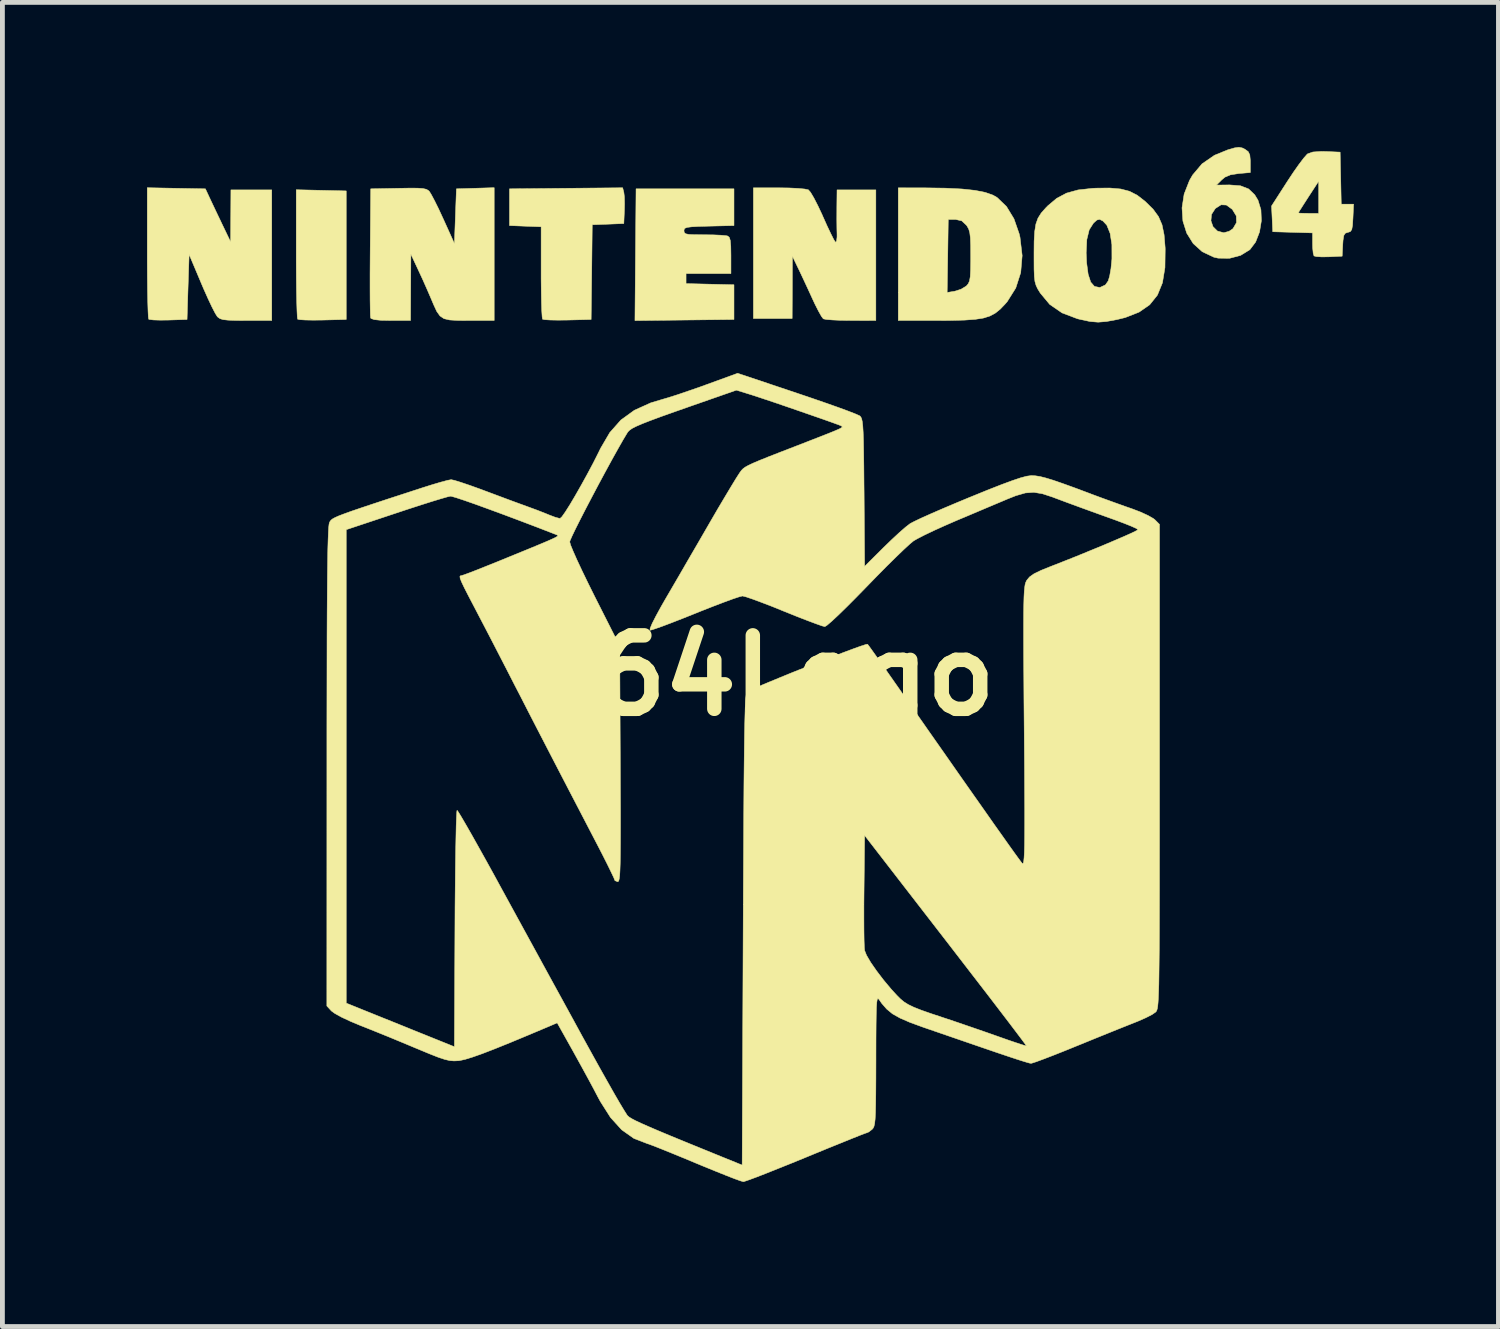
<source format=kicad_pcb>
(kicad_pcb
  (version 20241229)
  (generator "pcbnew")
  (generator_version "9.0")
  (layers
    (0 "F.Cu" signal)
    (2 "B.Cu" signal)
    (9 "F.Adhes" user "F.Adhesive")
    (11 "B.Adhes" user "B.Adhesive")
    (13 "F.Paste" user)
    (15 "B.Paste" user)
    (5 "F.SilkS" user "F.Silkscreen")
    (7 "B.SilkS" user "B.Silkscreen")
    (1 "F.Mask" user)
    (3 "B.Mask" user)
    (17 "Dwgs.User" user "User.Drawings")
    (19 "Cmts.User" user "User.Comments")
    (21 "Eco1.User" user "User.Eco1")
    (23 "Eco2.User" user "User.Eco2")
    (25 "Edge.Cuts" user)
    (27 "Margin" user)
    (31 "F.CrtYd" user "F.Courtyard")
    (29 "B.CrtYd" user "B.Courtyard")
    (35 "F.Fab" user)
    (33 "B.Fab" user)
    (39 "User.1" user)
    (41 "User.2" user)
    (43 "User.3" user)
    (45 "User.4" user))
  (footprint "n64Logo"
    (layer "F.Cu")
    (at 12.747 10.964)
    (property "Reference" "n64Logo" (at 0 0 0) (layer "F.SilkS") (effects (font (size 1.524 1.524) (thickness 0.3))))
    (attr through_hole)
    (fp_poly (pts (xy -9.133 -10.066) (xy -8.615 -10.054) (xy -8.615 -7.387) (xy -9.104 -7.375) (xy -9.3 -7.373) (xy -9.463 -7.376) (xy -9.577 -7.383) (xy -9.623 -7.393) (xy -9.63 -7.441) (xy -9.636 -7.563) (xy -9.642 -7.75) (xy -9.647 -7.989) (xy -9.65 -8.272) (xy -9.652 -8.587) (xy -9.652 -8.75) (xy -9.652 -10.078) (xy -9.133 -10.066)) (stroke (width 0.01) (type solid)) (fill yes) (layer "F.SilkS"))
    (fp_poly (pts (xy -2.856 -10.022) (xy -2.845 -9.929) (xy -2.842 -9.785) (xy -2.845 -9.651) (xy -2.857 -9.377) (xy -3.185 -9.364) (xy -3.512 -9.352) (xy -3.523 -8.37) (xy -3.535 -7.387) (xy -4.024 -7.375) (xy -4.22 -7.373) (xy -4.383 -7.376) (xy -4.497 -7.383) (xy -4.543 -7.393) (xy -4.551 -7.442) (xy -4.559 -7.563) (xy -4.565 -7.744) (xy -4.569 -7.972) (xy -4.572 -8.235) (xy -4.572 -8.366) (xy -4.572 -9.31) (xy -4.9 -9.322) (xy -5.228 -9.335) (xy -5.228 -10.097) (xy -2.881 -10.119) (xy -2.856 -10.022)) (stroke (width 0.01) (type solid)) (fill yes) (layer "F.SilkS"))
    (fp_poly (pts (xy -0.572 -9.335) (xy -1.09 -9.323) (xy -1.307 -9.317) (xy -1.454 -9.309) (xy -1.543 -9.297) (xy -1.59 -9.279) (xy -1.607 -9.251) (xy -1.609 -9.227) (xy -1.603 -9.189) (xy -1.574 -9.165) (xy -1.507 -9.151) (xy -1.387 -9.145) (xy -1.199 -9.144) (xy -1.189 -9.144) (xy -1.002 -9.142) (xy -0.844 -9.135) (xy -0.734 -9.125) (xy -0.702 -9.118) (xy -0.669 -9.09) (xy -0.648 -9.024) (xy -0.638 -8.906) (xy -0.635 -8.719) (xy -0.635 -8.716) (xy -0.635 -8.34) (xy -1.566 -8.34) (xy -1.566 -8.131) (xy -1.069 -8.119) (xy -0.572 -8.107) (xy -0.572 -7.387) (xy -2.626 -7.364) (xy -2.603 -10.097) (xy -0.572 -10.097) (xy -0.572 -9.335)) (stroke (width 0.01) (type solid)) (fill yes) (layer "F.SilkS"))
    (fp_poly (pts (xy -12.139 -10.108) (xy -11.536 -10.097) (xy -11.451 -9.914) (xy -11.394 -9.793) (xy -11.314 -9.624) (xy -11.225 -9.438) (xy -11.19 -9.364) (xy -11.013 -8.996) (xy -11.01 -9.536) (xy -11.007 -10.075) (xy -10.16 -10.075) (xy -10.16 -7.366) (xy -10.688 -7.366) (xy -10.911 -7.367) (xy -11.066 -7.373) (xy -11.168 -7.384) (xy -11.233 -7.404) (xy -11.277 -7.435) (xy -11.291 -7.449) (xy -11.333 -7.516) (xy -11.4 -7.646) (xy -11.483 -7.822) (xy -11.575 -8.028) (xy -11.62 -8.134) (xy -11.874 -8.736) (xy -11.896 -8.062) (xy -11.917 -7.387) (xy -12.3 -7.375) (xy -12.472 -7.373) (xy -12.612 -7.377) (xy -12.697 -7.387) (xy -12.713 -7.393) (xy -12.72 -7.441) (xy -12.726 -7.563) (xy -12.732 -7.75) (xy -12.737 -7.99) (xy -12.74 -8.273) (xy -12.742 -8.59) (xy -12.742 -8.771) (xy -12.742 -10.12) (xy -12.139 -10.108)) (stroke (width 0.01) (type solid)) (fill yes) (layer "F.SilkS"))
    (fp_poly (pts (xy -5.546 -7.366) (xy -6.068 -7.366) (xy -6.303 -7.367) (xy -6.471 -7.377) (xy -6.587 -7.404) (xy -6.67 -7.46) (xy -6.736 -7.552) (xy -6.801 -7.692) (xy -6.852 -7.813) (xy -6.935 -8.005) (xy -7.033 -8.226) (xy -7.125 -8.424) (xy -7.274 -8.742) (xy -7.278 -8.054) (xy -7.281 -7.366) (xy -7.685 -7.366) (xy -7.897 -7.37) (xy -8.032 -7.384) (xy -8.099 -7.407) (xy -8.109 -7.419) (xy -8.114 -7.474) (xy -8.117 -7.602) (xy -8.12 -7.793) (xy -8.121 -8.037) (xy -8.121 -8.322) (xy -8.119 -8.639) (xy -8.118 -8.785) (xy -8.107 -10.097) (xy -7.532 -10.108) (xy -7.297 -10.112) (xy -7.132 -10.111) (xy -7.022 -10.103) (xy -6.953 -10.087) (xy -6.91 -10.062) (xy -6.892 -10.045) (xy -6.851 -9.979) (xy -6.784 -9.853) (xy -6.7 -9.684) (xy -6.61 -9.489) (xy -6.599 -9.466) (xy -6.371 -8.962) (xy -6.35 -9.529) (xy -6.329 -10.097) (xy -5.546 -10.121) (xy -5.546 -7.366)) (stroke (width 0.01) (type solid)) (fill yes) (layer "F.SilkS"))
    (fp_poly (pts (xy 0.573 -10.115) (xy 0.757 -10.106) (xy 0.895 -10.093) (xy 0.97 -10.077) (xy 0.971 -10.077) (xy 1.017 -10.024) (xy 1.085 -9.909) (xy 1.168 -9.748) (xy 1.258 -9.557) (xy 1.272 -9.524) (xy 1.358 -9.332) (xy 1.435 -9.17) (xy 1.495 -9.051) (xy 1.531 -8.992) (xy 1.535 -8.989) (xy 1.556 -9.012) (xy 1.566 -9.097) (xy 1.566 -9.15) (xy 1.563 -9.281) (xy 1.561 -9.462) (xy 1.562 -9.659) (xy 1.562 -9.705) (xy 1.566 -10.075) (xy 2.371 -10.075) (xy 2.371 -7.366) (xy 1.852 -7.367) (xy 1.648 -7.369) (xy 1.472 -7.377) (xy 1.345 -7.387) (xy 1.283 -7.4) (xy 1.282 -7.4) (xy 1.243 -7.451) (xy 1.181 -7.561) (xy 1.105 -7.711) (xy 1.058 -7.812) (xy 0.966 -8.013) (xy 0.87 -8.219) (xy 0.787 -8.396) (xy 0.763 -8.445) (xy 0.64 -8.7) (xy 0.638 -8.054) (xy 0.635 -7.408) (xy -0.169 -7.408) (xy -0.169 -10.118) (xy 0.363 -10.118) (xy 0.573 -10.115)) (stroke (width 0.01) (type solid)) (fill yes) (layer "F.SilkS"))
    (fp_poly (pts (xy 11.711 -10.871) (xy 12.002 -10.858) (xy 12.025 -9.779) (xy 12.281 -9.779) (xy 12.268 -9.493) (xy 12.259 -9.34) (xy 12.243 -9.252) (xy 12.213 -9.21) (xy 12.164 -9.194) (xy 12.162 -9.194) (xy 12.108 -9.176) (xy 12.078 -9.128) (xy 12.062 -9.029) (xy 12.056 -8.94) (xy 12.044 -8.7) (xy 11.767 -8.687) (xy 11.621 -8.685) (xy 11.51 -8.692) (xy 11.46 -8.705) (xy 11.443 -8.761) (xy 11.432 -8.873) (xy 11.43 -8.959) (xy 11.43 -9.183) (xy 11.017 -9.195) (xy 10.604 -9.207) (xy 10.592 -9.474) (xy 10.586 -9.598) (xy 11.134 -9.598) (xy 11.172 -9.592) (xy 11.269 -9.589) (xy 11.345 -9.588) (xy 11.557 -9.588) (xy 11.557 -10.256) (xy 11.345 -9.931) (xy 11.253 -9.788) (xy 11.181 -9.675) (xy 11.139 -9.609) (xy 11.134 -9.598) (xy 10.586 -9.598) (xy 10.579 -9.741) (xy 10.907 -10.251) (xy 11.032 -10.44) (xy 11.149 -10.606) (xy 11.247 -10.735) (xy 11.315 -10.812) (xy 11.328 -10.823) (xy 11.436 -10.861) (xy 11.611 -10.873) (xy 11.711 -10.871)) (stroke (width 0.01) (type solid)) (fill yes) (layer "F.SilkS"))
    (fp_poly (pts (xy 3.397 -10.117) (xy 3.814 -10.111) (xy 4.155 -10.094) (xy 4.428 -10.065) (xy 4.64 -10.023) (xy 4.799 -9.967) (xy 4.885 -9.918) (xy 5.081 -9.73) (xy 5.236 -9.475) (xy 5.345 -9.162) (xy 5.361 -9.094) (xy 5.406 -8.713) (xy 5.376 -8.359) (xy 5.273 -8.039) (xy 5.096 -7.757) (xy 5.054 -7.709) (xy 4.952 -7.602) (xy 4.852 -7.521) (xy 4.74 -7.46) (xy 4.605 -7.417) (xy 4.433 -7.39) (xy 4.212 -7.374) (xy 3.93 -7.367) (xy 3.654 -7.366) (xy 2.836 -7.366) (xy 2.836 -7.947) (xy 3.85 -7.947) (xy 4.008 -7.973) (xy 4.138 -8.014) (xy 4.245 -8.079) (xy 4.252 -8.085) (xy 4.289 -8.13) (xy 4.314 -8.187) (xy 4.329 -8.273) (xy 4.336 -8.403) (xy 4.339 -8.596) (xy 4.339 -8.698) (xy 4.338 -8.922) (xy 4.332 -9.08) (xy 4.319 -9.188) (xy 4.297 -9.263) (xy 4.263 -9.324) (xy 4.25 -9.342) (xy 4.153 -9.433) (xy 4.031 -9.461) (xy 4.017 -9.461) (xy 3.873 -9.461) (xy 3.862 -8.704) (xy 3.85 -7.947) (xy 2.836 -7.947) (xy 2.836 -10.118) (xy 3.397 -10.117)) (stroke (width 0.01) (type solid)) (fill yes) (layer "F.SilkS"))
    (fp_poly (pts (xy 9.97 -10.946) (xy 10.026 -10.919) (xy 10.095 -10.869) (xy 10.128 -10.801) (xy 10.139 -10.686) (xy 10.139 -10.645) (xy 10.139 -10.435) (xy 9.896 -10.414) (xy 9.728 -10.388) (xy 9.613 -10.34) (xy 9.545 -10.283) (xy 9.436 -10.175) (xy 9.71 -10.178) (xy 9.936 -10.16) (xy 10.103 -10.095) (xy 10.23 -9.973) (xy 10.298 -9.861) (xy 10.359 -9.663) (xy 10.368 -9.435) (xy 10.33 -9.203) (xy 10.249 -8.994) (xy 10.13 -8.836) (xy 10.126 -8.833) (xy 9.936 -8.716) (xy 9.708 -8.656) (xy 9.472 -8.659) (xy 9.383 -8.679) (xy 9.143 -8.792) (xy 8.954 -8.962) (xy 8.819 -9.179) (xy 8.74 -9.43) (xy 8.74 -9.435) (xy 9.322 -9.435) (xy 9.365 -9.312) (xy 9.457 -9.221) (xy 9.588 -9.186) (xy 9.698 -9.216) (xy 9.779 -9.271) (xy 9.852 -9.396) (xy 9.848 -9.535) (xy 9.767 -9.668) (xy 9.76 -9.675) (xy 9.642 -9.761) (xy 9.532 -9.766) (xy 9.415 -9.691) (xy 9.411 -9.687) (xy 9.334 -9.567) (xy 9.322 -9.435) (xy 8.74 -9.435) (xy 8.722 -9.703) (xy 8.766 -9.988) (xy 8.877 -10.271) (xy 8.942 -10.384) (xy 9.137 -10.615) (xy 9.395 -10.793) (xy 9.666 -10.904) (xy 9.809 -10.946) (xy 9.901 -10.959) (xy 9.97 -10.946)) (stroke (width 0.01) (type solid)) (fill yes) (layer "F.SilkS"))
    (fp_poly (pts (xy 7.45 -10.094) (xy 7.633 -10.046) (xy 7.793 -9.964) (xy 7.949 -9.843) (xy 7.963 -9.831) (xy 8.123 -9.673) (xy 8.234 -9.521) (xy 8.307 -9.352) (xy 8.35 -9.145) (xy 8.372 -8.878) (xy 8.373 -8.844) (xy 8.368 -8.463) (xy 8.316 -8.148) (xy 8.212 -7.893) (xy 8.051 -7.692) (xy 7.83 -7.539) (xy 7.544 -7.427) (xy 7.372 -7.385) (xy 7.155 -7.345) (xy 6.982 -7.331) (xy 6.814 -7.345) (xy 6.616 -7.387) (xy 6.551 -7.403) (xy 6.234 -7.523) (xy 5.977 -7.7) (xy 5.78 -7.937) (xy 5.779 -7.94) (xy 5.728 -8.022) (xy 5.694 -8.095) (xy 5.671 -8.175) (xy 5.659 -8.279) (xy 5.653 -8.426) (xy 5.652 -8.633) (xy 5.652 -8.739) (xy 5.652 -8.77) (xy 6.734 -8.77) (xy 6.743 -8.564) (xy 6.775 -8.324) (xy 6.828 -8.162) (xy 6.906 -8.073) (xy 7.012 -8.051) (xy 7.019 -8.051) (xy 7.133 -8.104) (xy 7.191 -8.187) (xy 7.221 -8.287) (xy 7.248 -8.442) (xy 7.266 -8.621) (xy 7.268 -8.652) (xy 7.267 -8.94) (xy 7.231 -9.173) (xy 7.162 -9.343) (xy 7.082 -9.429) (xy 7.013 -9.464) (xy 6.956 -9.45) (xy 6.885 -9.386) (xy 6.797 -9.248) (xy 6.747 -9.044) (xy 6.734 -8.77) (xy 5.652 -8.77) (xy 5.654 -9.009) (xy 5.666 -9.213) (xy 5.691 -9.367) (xy 5.734 -9.488) (xy 5.801 -9.595) (xy 5.897 -9.703) (xy 5.94 -9.747) (xy 6.124 -9.901) (xy 6.326 -10.008) (xy 6.564 -10.074) (xy 6.86 -10.107) (xy 6.934 -10.111) (xy 7.224 -10.114) (xy 7.45 -10.094)) (stroke (width 0.01) (type solid)) (fill yes) (layer "F.SilkS"))
    (fp_poly (pts (xy 0.736 -5.858) (xy 1.046 -5.753) (xy 1.332 -5.654) (xy 1.584 -5.565) (xy 1.791 -5.489) (xy 1.943 -5.43) (xy 2.029 -5.392) (xy 2.042 -5.384) (xy 2.061 -5.361) (xy 2.077 -5.325) (xy 2.09 -5.266) (xy 2.1 -5.176) (xy 2.108 -5.046) (xy 2.114 -4.869) (xy 2.118 -4.636) (xy 2.122 -4.338) (xy 2.125 -3.967) (xy 2.127 -3.793) (xy 2.138 -2.265) (xy 2.533 -2.658) (xy 2.696 -2.816) (xy 2.853 -2.962) (xy 2.986 -3.078) (xy 3.079 -3.15) (xy 3.083 -3.153) (xy 3.163 -3.195) (xy 3.309 -3.265) (xy 3.51 -3.355) (xy 3.754 -3.461) (xy 4.028 -3.577) (xy 4.321 -3.699) (xy 4.327 -3.701) (xy 4.685 -3.847) (xy 4.973 -3.96) (xy 5.2 -4.044) (xy 5.373 -4.102) (xy 5.5 -4.136) (xy 5.588 -4.148) (xy 5.6 -4.149) (xy 5.683 -4.144) (xy 5.778 -4.129) (xy 5.897 -4.099) (xy 6.051 -4.052) (xy 6.251 -3.983) (xy 6.508 -3.89) (xy 6.831 -3.769) (xy 6.837 -3.766) (xy 7.072 -3.679) (xy 7.326 -3.587) (xy 7.563 -3.502) (xy 7.682 -3.461) (xy 7.86 -3.393) (xy 8.017 -3.321) (xy 8.129 -3.257) (xy 8.158 -3.234) (xy 8.255 -3.137) (xy 8.255 1.882) (xy 8.255 2.639) (xy 8.255 3.317) (xy 8.254 3.919) (xy 8.254 4.45) (xy 8.253 4.914) (xy 8.252 5.317) (xy 8.25 5.662) (xy 8.247 5.954) (xy 8.244 6.199) (xy 8.241 6.399) (xy 8.236 6.561) (xy 8.231 6.687) (xy 8.225 6.784) (xy 8.218 6.855) (xy 8.21 6.906) (xy 8.2 6.94) (xy 8.19 6.962) (xy 8.178 6.977) (xy 8.176 6.979) (xy 8.101 7.031) (xy 7.97 7.098) (xy 7.809 7.169) (xy 7.764 7.187) (xy 7.623 7.243) (xy 7.422 7.323) (xy 7.177 7.422) (xy 6.905 7.532) (xy 6.624 7.647) (xy 6.542 7.68) (xy 6.284 7.785) (xy 6.049 7.878) (xy 5.851 7.954) (xy 5.7 8.01) (xy 5.61 8.039) (xy 5.592 8.043) (xy 5.562 8.039) (xy 5.504 8.023) (xy 5.412 7.995) (xy 5.28 7.953) (xy 5.103 7.894) (xy 4.874 7.817) (xy 4.588 7.719) (xy 4.239 7.599) (xy 3.821 7.455) (xy 3.35 7.293) (xy 3.077 7.193) (xy 2.872 7.104) (xy 2.716 7.016) (xy 2.596 6.917) (xy 2.494 6.8) (xy 2.446 6.731) (xy 2.426 6.706) (xy 2.411 6.7) (xy 2.399 6.722) (xy 2.39 6.78) (xy 2.383 6.881) (xy 2.379 7.032) (xy 2.376 7.243) (xy 2.374 7.52) (xy 2.373 7.872) (xy 2.373 7.984) (xy 2.372 8.361) (xy 2.37 8.662) (xy 2.367 8.896) (xy 2.363 9.073) (xy 2.356 9.202) (xy 2.346 9.291) (xy 2.333 9.349) (xy 2.316 9.386) (xy 2.295 9.411) (xy 2.293 9.413) (xy 2.223 9.467) (xy 2.185 9.483) (xy 2.14 9.498) (xy 2.026 9.542) (xy 1.854 9.611) (xy 1.632 9.701) (xy 1.37 9.807) (xy 1.078 9.927) (xy 0.923 9.991) (xy 0.617 10.116) (xy 0.335 10.229) (xy 0.087 10.328) (xy -0.119 10.408) (xy -0.271 10.464) (xy -0.36 10.494) (xy -0.377 10.498) (xy -0.434 10.482) (xy -0.557 10.438) (xy -0.734 10.369) (xy -0.953 10.281) (xy -1.203 10.179) (xy -1.355 10.116) (xy -1.619 10.006) (xy -1.863 9.906) (xy -2.073 9.821) (xy -2.237 9.756) (xy -2.342 9.717) (xy -2.371 9.708) (xy -2.648 9.601) (xy -2.901 9.422) (xy -3.133 9.166) (xy -3.346 8.831) (xy -3.389 8.751) (xy -3.475 8.587) (xy -3.59 8.373) (xy -3.721 8.133) (xy -3.855 7.89) (xy -3.903 7.803) (xy -4.239 7.203) (xy -4.395 7.27) (xy -4.846 7.46) (xy -5.226 7.618) (xy -5.541 7.745) (xy -5.795 7.843) (xy -5.996 7.914) (xy -6.149 7.961) (xy -6.259 7.985) (xy -6.291 7.989) (xy -6.38 7.993) (xy -6.468 7.986) (xy -6.571 7.962) (xy -6.704 7.918) (xy -6.882 7.848) (xy -7.12 7.749) (xy -7.159 7.733) (xy -7.429 7.62) (xy -7.721 7.499) (xy -8.005 7.384) (xy -8.252 7.285) (xy -8.319 7.259) (xy -8.532 7.17) (xy -8.715 7.084) (xy -8.852 7.008) (xy -8.922 6.957) (xy -9.017 6.853) (xy -9.016 1.892) (xy -9.016 1.102) (xy -9.015 0.394) (xy -9.014 -0.238) (xy -9.013 -0.796) (xy -9.011 -1.285) (xy -9.008 -1.708) (xy -9.005 -2.069) (xy -9.001 -2.371) (xy -8.997 -2.62) (xy -8.991 -2.817) (xy -8.985 -2.968) (xy -8.982 -3.027) (xy -8.615 -3.027) (xy -8.615 6.794) (xy -8.382 6.888) (xy -8.274 6.932) (xy -8.102 7.001) (xy -7.882 7.09) (xy -7.63 7.191) (xy -7.36 7.3) (xy -7.26 7.341) (xy -6.371 7.699) (xy -6.36 5.247) (xy -6.358 4.8) (xy -6.354 4.379) (xy -6.35 3.992) (xy -6.345 3.646) (xy -6.339 3.349) (xy -6.334 3.108) (xy -6.327 2.93) (xy -6.321 2.823) (xy -6.316 2.794) (xy -6.289 2.83) (xy -6.226 2.933) (xy -6.132 3.094) (xy -6.01 3.307) (xy -5.866 3.564) (xy -5.703 3.856) (xy -5.526 4.177) (xy -5.432 4.35) (xy -5.203 4.769) (xy -4.946 5.239) (xy -4.672 5.74) (xy -4.394 6.249) (xy -4.123 6.743) (xy -3.873 7.2) (xy -3.725 7.472) (xy -3.539 7.809) (xy -3.363 8.127) (xy -3.201 8.415) (xy -3.059 8.666) (xy -2.94 8.871) (xy -2.849 9.022) (xy -2.792 9.112) (xy -2.778 9.131) (xy -2.746 9.158) (xy -2.693 9.191) (xy -2.613 9.233) (xy -2.5 9.286) (xy -2.346 9.354) (xy -2.146 9.44) (xy -1.893 9.546) (xy -1.579 9.675) (xy -1.199 9.83) (xy -0.826 9.982) (xy -0.402 10.154) (xy -0.381 5.261) (xy -0.38 5.034) (xy 2.123 5.034) (xy 2.124 5.286) (xy 2.127 5.49) (xy 2.132 5.634) (xy 2.138 5.702) (xy 2.178 5.802) (xy 2.264 5.949) (xy 2.386 6.125) (xy 2.531 6.315) (xy 2.689 6.504) (xy 2.805 6.631) (xy 2.881 6.707) (xy 2.956 6.769) (xy 3.044 6.824) (xy 3.158 6.879) (xy 3.312 6.94) (xy 3.52 7.013) (xy 3.794 7.104) (xy 3.81 7.109) (xy 4.066 7.195) (xy 4.363 7.297) (xy 4.664 7.401) (xy 4.911 7.488) (xy 5.115 7.56) (xy 5.289 7.619) (xy 5.418 7.661) (xy 5.487 7.681) (xy 5.495 7.682) (xy 5.472 7.648) (xy 5.401 7.552) (xy 5.287 7.401) (xy 5.134 7.199) (xy 4.946 6.953) (xy 4.728 6.668) (xy 4.483 6.35) (xy 4.216 6.004) (xy 3.932 5.635) (xy 3.823 5.494) (xy 2.138 3.315) (xy 2.126 4.441) (xy 2.123 4.748) (xy 2.123 5.034) (xy -0.38 5.034) (xy -0.378 4.506) (xy -0.374 3.832) (xy -0.371 3.233) (xy -0.368 2.705) (xy -0.365 2.245) (xy -0.361 1.847) (xy -0.357 1.507) (xy -0.353 1.221) (xy -0.348 0.984) (xy -0.343 0.792) (xy -0.338 0.641) (xy -0.331 0.525) (xy -0.324 0.442) (xy -0.316 0.385) (xy -0.308 0.351) (xy -0.298 0.336) (xy -0.296 0.335) (xy -0.201 0.288) (xy -0.047 0.22) (xy 0.153 0.136) (xy 0.388 0.039) (xy 0.647 -0.067) (xy 0.918 -0.175) (xy 1.19 -0.283) (xy 1.452 -0.384) (xy 1.691 -0.476) (xy 1.897 -0.553) (xy 2.058 -0.611) (xy 2.163 -0.645) (xy 2.199 -0.651) (xy 2.234 -0.605) (xy 2.308 -0.502) (xy 2.413 -0.355) (xy 2.54 -0.176) (xy 2.633 -0.042) (xy 3.075 0.589) (xy 3.47 1.154) (xy 3.822 1.656) (xy 4.131 2.098) (xy 4.401 2.482) (xy 4.634 2.813) (xy 4.831 3.094) (xy 4.996 3.326) (xy 5.129 3.514) (xy 5.234 3.661) (xy 5.313 3.77) (xy 5.367 3.843) (xy 5.399 3.885) (xy 5.408 3.895) (xy 5.42 3.9) (xy 5.431 3.886) (xy 5.439 3.846) (xy 5.446 3.776) (xy 5.452 3.669) (xy 5.456 3.52) (xy 5.458 3.324) (xy 5.459 3.074) (xy 5.459 2.766) (xy 5.457 2.393) (xy 5.455 1.951) (xy 5.451 1.433) (xy 5.448 1.054) (xy 5.443 0.486) (xy 5.44 -0.003) (xy 5.437 -0.42) (xy 5.436 -0.771) (xy 5.436 -1.061) (xy 5.437 -1.298) (xy 5.44 -1.487) (xy 5.444 -1.634) (xy 5.45 -1.746) (xy 5.458 -1.828) (xy 5.467 -1.888) (xy 5.479 -1.93) (xy 5.493 -1.961) (xy 5.501 -1.976) (xy 5.559 -2.046) (xy 5.652 -2.112) (xy 5.796 -2.182) (xy 5.974 -2.254) (xy 6.247 -2.361) (xy 6.529 -2.473) (xy 6.807 -2.587) (xy 7.073 -2.696) (xy 7.313 -2.798) (xy 7.518 -2.886) (xy 7.677 -2.957) (xy 7.778 -3.007) (xy 7.811 -3.028) (xy 7.773 -3.053) (xy 7.671 -3.099) (xy 7.521 -3.159) (xy 7.345 -3.225) (xy 6.956 -3.365) (xy 6.625 -3.485) (xy 6.331 -3.593) (xy 6.053 -3.697) (xy 6.041 -3.702) (xy 5.827 -3.772) (xy 5.647 -3.802) (xy 5.472 -3.789) (xy 5.275 -3.732) (xy 5.106 -3.665) (xy 4.95 -3.599) (xy 4.738 -3.51) (xy 4.49 -3.405) (xy 4.228 -3.294) (xy 4.046 -3.218) (xy 3.803 -3.112) (xy 3.575 -3.009) (xy 3.378 -2.915) (xy 3.229 -2.838) (xy 3.153 -2.794) (xy 3.077 -2.731) (xy 2.952 -2.616) (xy 2.789 -2.459) (xy 2.596 -2.269) (xy 2.385 -2.055) (xy 2.18 -1.844) (xy 1.967 -1.626) (xy 1.771 -1.429) (xy 1.599 -1.261) (xy 1.46 -1.131) (xy 1.362 -1.047) (xy 1.314 -1.016) (xy 1.313 -1.016) (xy 1.254 -1.031) (xy 1.13 -1.075) (xy 0.954 -1.141) (xy 0.739 -1.224) (xy 0.499 -1.321) (xy 0.468 -1.333) (xy 0.225 -1.432) (xy 0.003 -1.517) (xy -0.183 -1.586) (xy -0.319 -1.632) (xy -0.393 -1.651) (xy -0.397 -1.651) (xy -0.461 -1.635) (xy -0.591 -1.592) (xy -0.774 -1.525) (xy -0.997 -1.44) (xy -1.249 -1.341) (xy -1.375 -1.29) (xy -1.633 -1.187) (xy -1.866 -1.096) (xy -2.062 -1.022) (xy -2.21 -0.97) (xy -2.297 -0.943) (xy -2.314 -0.941) (xy -2.311 -0.979) (xy -2.269 -1.081) (xy -2.191 -1.234) (xy -2.084 -1.43) (xy -1.994 -1.587) (xy -1.864 -1.81) (xy -1.703 -2.086) (xy -1.524 -2.396) (xy -1.336 -2.719) (xy -1.153 -3.035) (xy -1.06 -3.196) (xy -0.906 -3.461) (xy -0.761 -3.705) (xy -0.634 -3.917) (xy -0.53 -4.088) (xy -0.455 -4.205) (xy -0.417 -4.257) (xy -0.384 -4.291) (xy -0.339 -4.324) (xy -0.273 -4.361) (xy -0.177 -4.406) (xy -0.041 -4.464) (xy 0.145 -4.539) (xy 0.391 -4.635) (xy 0.705 -4.756) (xy 0.72 -4.762) (xy 0.949 -4.851) (xy 1.167 -4.936) (xy 1.353 -5.009) (xy 1.488 -5.063) (xy 1.524 -5.078) (xy 1.635 -5.127) (xy 1.676 -5.156) (xy 1.657 -5.179) (xy 1.609 -5.198) (xy 1.473 -5.248) (xy 1.276 -5.318) (xy 1.037 -5.401) (xy 0.775 -5.492) (xy 0.508 -5.584) (xy 0.254 -5.671) (xy 0.032 -5.745) (xy -0.139 -5.802) (xy -0.208 -5.824) (xy -0.521 -5.921) (xy -1.435 -5.602) (xy -1.794 -5.476) (xy -2.081 -5.374) (xy -2.305 -5.291) (xy -2.474 -5.225) (xy -2.597 -5.172) (xy -2.682 -5.129) (xy -2.737 -5.091) (xy -2.772 -5.056) (xy -2.782 -5.041) (xy -2.868 -4.898) (xy -2.976 -4.708) (xy -3.101 -4.484) (xy -3.236 -4.236) (xy -3.376 -3.976) (xy -3.514 -3.715) (xy -3.645 -3.465) (xy -3.762 -3.237) (xy -3.86 -3.042) (xy -3.932 -2.892) (xy -3.973 -2.798) (xy -3.979 -2.773) (xy -3.961 -2.708) (xy -3.908 -2.579) (xy -3.827 -2.396) (xy -3.722 -2.172) (xy -3.598 -1.916) (xy -3.461 -1.64) (xy -2.942 -0.614) (xy -2.93 1.831) (xy -2.928 2.351) (xy -2.926 2.793) (xy -2.926 3.163) (xy -2.927 3.467) (xy -2.929 3.711) (xy -2.932 3.902) (xy -2.937 4.045) (xy -2.943 4.148) (xy -2.952 4.216) (xy -2.962 4.256) (xy -2.975 4.273) (xy -2.983 4.276) (xy -3.04 4.254) (xy -3.048 4.235) (xy -3.067 4.187) (xy -3.12 4.076) (xy -3.201 3.91) (xy -3.306 3.702) (xy -3.43 3.462) (xy -3.529 3.272) (xy -3.776 2.797) (xy -3.991 2.384) (xy -4.181 2.018) (xy -4.353 1.686) (xy -4.515 1.373) (xy -4.674 1.065) (xy -4.837 0.749) (xy -5.01 0.411) (xy -5.124 0.191) (xy -5.283 -0.12) (xy -5.449 -0.442) (xy -5.612 -0.758) (xy -5.763 -1.048) (xy -5.891 -1.293) (xy -5.955 -1.416) (xy -6.079 -1.653) (xy -6.167 -1.825) (xy -6.223 -1.943) (xy -6.252 -2.017) (xy -6.257 -2.057) (xy -6.243 -2.072) (xy -6.224 -2.074) (xy -6.173 -2.09) (xy -6.058 -2.132) (xy -5.89 -2.197) (xy -5.683 -2.28) (xy -5.451 -2.373) (xy -5.102 -2.516) (xy -4.823 -2.63) (xy -4.608 -2.719) (xy -4.449 -2.786) (xy -4.339 -2.835) (xy -4.269 -2.868) (xy -4.234 -2.891) (xy -4.225 -2.905) (xy -4.234 -2.915) (xy -4.255 -2.923) (xy -4.261 -2.925) (xy -4.643 -3.073) (xy -5.011 -3.213) (xy -5.355 -3.342) (xy -5.668 -3.457) (xy -5.94 -3.556) (xy -6.163 -3.634) (xy -6.329 -3.689) (xy -6.429 -3.718) (xy -6.452 -3.722) (xy -6.515 -3.708) (xy -6.647 -3.67) (xy -6.835 -3.613) (xy -7.068 -3.539) (xy -7.334 -3.453) (xy -7.578 -3.372) (xy -8.615 -3.027) (xy -8.982 -3.027) (xy -8.979 -3.075) (xy -8.971 -3.143) (xy -8.963 -3.175) (xy -8.949 -3.201) (xy -8.93 -3.225) (xy -8.899 -3.25) (xy -8.848 -3.278) (xy -8.772 -3.312) (xy -8.662 -3.354) (xy -8.513 -3.408) (xy -8.316 -3.475) (xy -8.065 -3.559) (xy -7.753 -3.662) (xy -7.372 -3.786) (xy -7.038 -3.895) (xy -6.835 -3.959) (xy -6.656 -4.012) (xy -6.518 -4.049) (xy -6.441 -4.064) (xy -6.437 -4.064) (xy -6.371 -4.05) (xy -6.241 -4.01) (xy -6.063 -3.95) (xy -5.854 -3.875) (xy -5.728 -3.828) (xy -5.487 -3.738) (xy -5.249 -3.649) (xy -5.037 -3.571) (xy -4.872 -3.511) (xy -4.826 -3.494) (xy -4.657 -3.432) (xy -4.496 -3.369) (xy -4.393 -3.327) (xy -4.279 -3.284) (xy -4.192 -3.261) (xy -4.179 -3.26) (xy -4.141 -3.295) (xy -4.071 -3.394) (xy -3.976 -3.544) (xy -3.864 -3.733) (xy -3.741 -3.949) (xy -3.614 -4.179) (xy -3.49 -4.412) (xy -3.377 -4.636) (xy -3.338 -4.716) (xy -3.148 -5.041) (xy -2.918 -5.301) (xy -2.638 -5.504) (xy -2.297 -5.658) (xy -2.053 -5.731) (xy -1.923 -5.769) (xy -1.735 -5.829) (xy -1.51 -5.906) (xy -1.267 -5.99) (xy -1.147 -6.034) (xy -0.496 -6.271) (xy 0.736 -5.858)) (stroke (width 0.01) (type solid)) (fill yes) (layer "F.SilkS")))
  (gr_rect
    (start -3 -3)
    (end 28.033 24.467)
    (stroke (width 0.1) (type default))
    (fill no)
    (layer "Edge.Cuts")))
</source>
